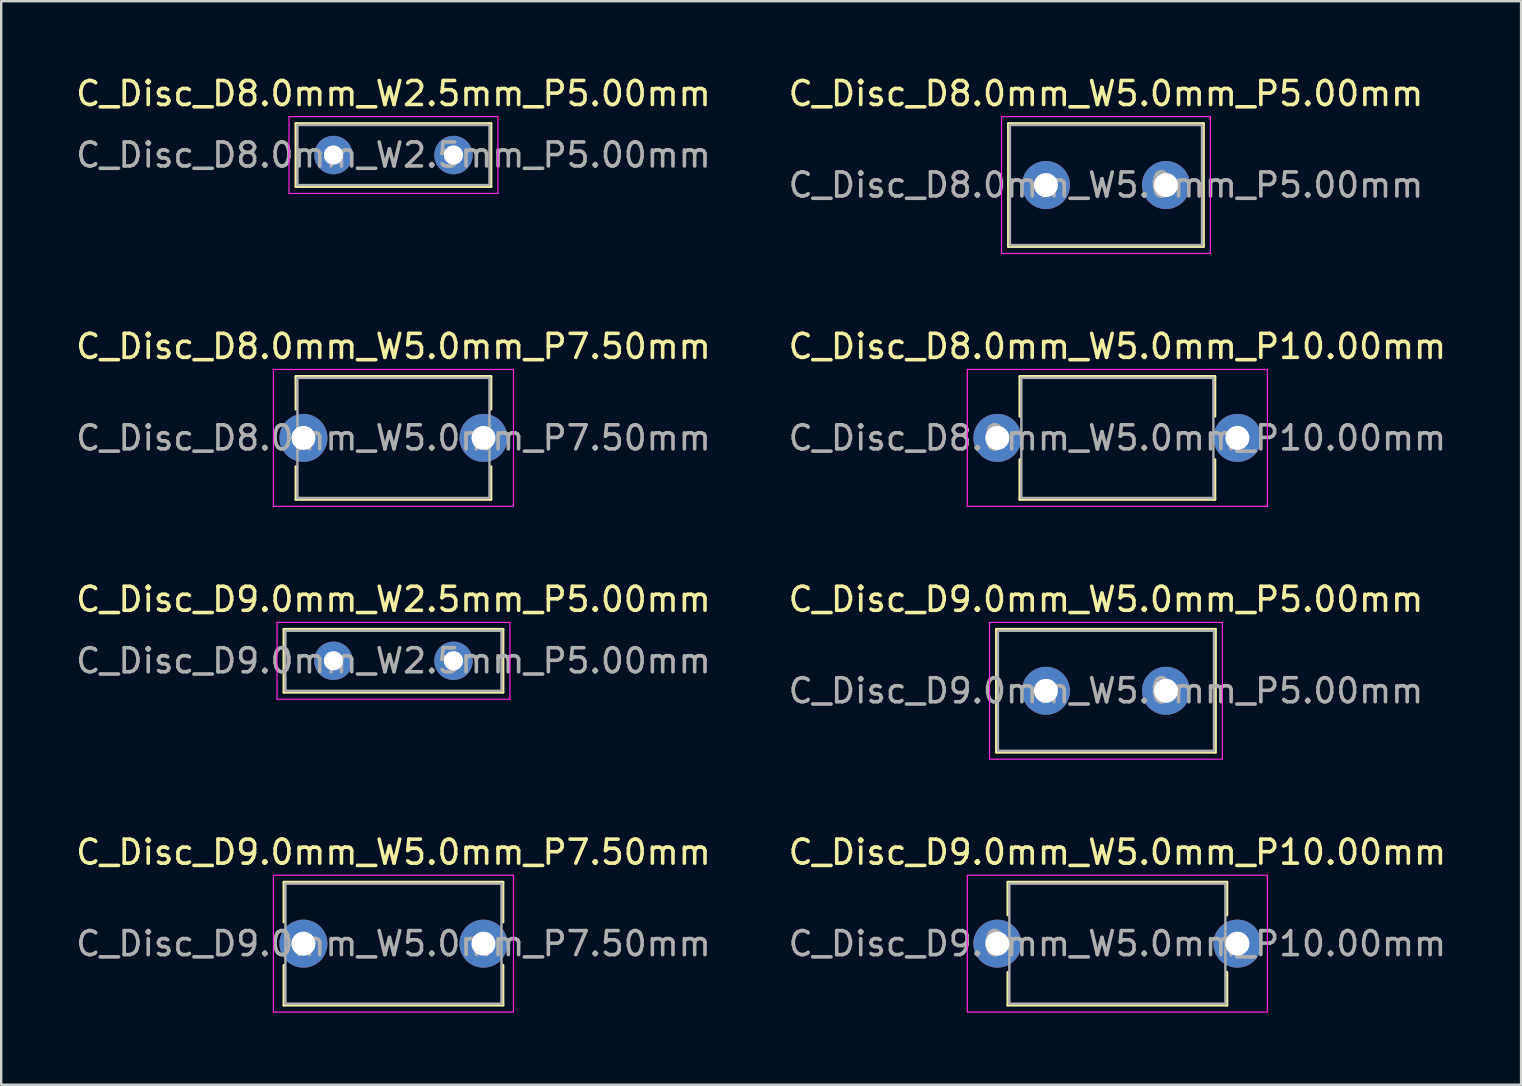
<source format=kicad_pcb>
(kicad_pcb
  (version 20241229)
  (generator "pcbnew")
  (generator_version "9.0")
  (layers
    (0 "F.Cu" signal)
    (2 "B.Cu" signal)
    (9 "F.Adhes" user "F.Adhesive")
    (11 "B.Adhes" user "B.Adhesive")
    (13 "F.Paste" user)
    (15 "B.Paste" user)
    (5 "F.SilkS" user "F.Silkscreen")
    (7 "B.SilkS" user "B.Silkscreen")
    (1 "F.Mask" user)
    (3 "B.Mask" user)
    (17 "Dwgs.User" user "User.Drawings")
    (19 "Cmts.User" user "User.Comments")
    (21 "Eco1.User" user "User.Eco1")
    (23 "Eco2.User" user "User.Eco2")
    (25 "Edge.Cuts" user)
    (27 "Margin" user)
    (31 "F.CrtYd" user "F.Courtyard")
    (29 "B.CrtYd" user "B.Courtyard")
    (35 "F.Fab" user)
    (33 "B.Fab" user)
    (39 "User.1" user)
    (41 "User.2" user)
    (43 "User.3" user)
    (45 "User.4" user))
  (footprint "C_Disc_D9.0mm_W5.0mm_P7.50mm"
    (layer "F.Cu")
    (at 9.589 36.258)
    (property "Reference" "C_Disc_D9.0mm_W5.0mm_P7.50mm" (at 3.75 -3.81 0) (layer "F.SilkS") (effects (font (size 1 1) (thickness 0.15))))
    (attr through_hole)
    (fp_line (start -0.81 -2.56) (end -0.81 -0.901) (stroke (width 0.12) (type solid)) (layer "F.SilkS"))
    (fp_line (start -0.81 -2.56) (end 8.31 -2.56) (stroke (width 0.12) (type solid)) (layer "F.SilkS"))
    (fp_line (start -0.81 0.901) (end -0.81 2.56) (stroke (width 0.12) (type solid)) (layer "F.SilkS"))
    (fp_line (start -0.81 2.56) (end 8.31 2.56) (stroke (width 0.12) (type solid)) (layer "F.SilkS"))
    (fp_line (start 8.31 -2.56) (end 8.31 -0.901) (stroke (width 0.12) (type solid)) (layer "F.SilkS"))
    (fp_line (start 8.31 0.901) (end 8.31 2.56) (stroke (width 0.12) (type solid)) (layer "F.SilkS"))
    (fp_line (start -1.25 -2.85) (end -1.25 2.85) (stroke (width 0.05) (type solid)) (layer "F.CrtYd"))
    (fp_line (start -1.25 2.85) (end 8.75 2.85) (stroke (width 0.05) (type solid)) (layer "F.CrtYd"))
    (fp_line (start 8.75 -2.85) (end -1.25 -2.85) (stroke (width 0.05) (type solid)) (layer "F.CrtYd"))
    (fp_line (start 8.75 2.85) (end 8.75 -2.85) (stroke (width 0.05) (type solid)) (layer "F.CrtYd"))
    (fp_line (start -0.75 -2.5) (end -0.75 2.5) (stroke (width 0.1) (type solid)) (layer "F.Fab"))
    (fp_line (start -0.75 2.5) (end 8.25 2.5) (stroke (width 0.1) (type solid)) (layer "F.Fab"))
    (fp_line (start 8.25 -2.5) (end -0.75 -2.5) (stroke (width 0.1) (type solid)) (layer "F.Fab"))
    (fp_line (start 8.25 2.5) (end 8.25 -2.5) (stroke (width 0.1) (type solid)) (layer "F.Fab"))
    (fp_text user "${REFERENCE}" (at 3.75 0 0) (layer "F.Fab") (effects (font (size 1 1) (thickness 0.15))))
    (pad "1" thru_hole circle (at 0 0) (size 2 2) (drill 1) (layers "*.Cu" "*.Mask"))
    (pad "2" thru_hole circle (at 7.5 0) (size 2 2) (drill 1) (layers "*.Cu" "*.Mask")))
  (footprint "C_Disc_D8.0mm_W5.0mm_P5.00mm"
    (layer "F.Cu")
    (at 40.518 4.658)
    (property "Reference" "C_Disc_D8.0mm_W5.0mm_P5.00mm" (at 2.5 -3.81 0) (layer "F.SilkS") (effects (font (size 1 1) (thickness 0.15))))
    (attr through_hole)
    (fp_line (start -1.56 -2.56) (end -1.56 2.56) (stroke (width 0.12) (type solid)) (layer "F.SilkS"))
    (fp_line (start -1.56 -2.56) (end 6.56 -2.56) (stroke (width 0.12) (type solid)) (layer "F.SilkS"))
    (fp_line (start -1.56 2.56) (end 6.56 2.56) (stroke (width 0.12) (type solid)) (layer "F.SilkS"))
    (fp_line (start 6.56 -2.56) (end 6.56 2.56) (stroke (width 0.12) (type solid)) (layer "F.SilkS"))
    (fp_line (start -1.85 -2.85) (end -1.85 2.85) (stroke (width 0.05) (type solid)) (layer "F.CrtYd"))
    (fp_line (start -1.85 2.85) (end 6.85 2.85) (stroke (width 0.05) (type solid)) (layer "F.CrtYd"))
    (fp_line (start 6.85 -2.85) (end -1.85 -2.85) (stroke (width 0.05) (type solid)) (layer "F.CrtYd"))
    (fp_line (start 6.85 2.85) (end 6.85 -2.85) (stroke (width 0.05) (type solid)) (layer "F.CrtYd"))
    (fp_line (start -1.5 -2.5) (end -1.5 2.5) (stroke (width 0.1) (type solid)) (layer "F.Fab"))
    (fp_line (start -1.5 2.5) (end 6.5 2.5) (stroke (width 0.1) (type solid)) (layer "F.Fab"))
    (fp_line (start 6.5 -2.5) (end -1.5 -2.5) (stroke (width 0.1) (type solid)) (layer "F.Fab"))
    (fp_line (start 6.5 2.5) (end 6.5 -2.5) (stroke (width 0.1) (type solid)) (layer "F.Fab"))
    (fp_text user "${REFERENCE}" (at 2.5 0 0) (layer "F.Fab") (effects (font (size 1 1) (thickness 0.15))))
    (pad "1" thru_hole circle (at 0 0) (size 2 2) (drill 1) (layers "*.Cu" "*.Mask"))
    (pad "2" thru_hole circle (at 5 0) (size 2 2) (drill 1) (layers "*.Cu" "*.Mask")))
  (footprint "C_Disc_D8.0mm_W5.0mm_P10.00mm"
    (layer "F.Cu")
    (at 38.494 15.191)
    (property "Reference" "C_Disc_D8.0mm_W5.0mm_P10.00mm" (at 5 -3.81 0) (layer "F.SilkS") (effects (font (size 1 1) (thickness 0.15))))
    (attr through_hole)
    (fp_line (start 0.94 -2.56) (end 0.94 -0.901) (stroke (width 0.12) (type solid)) (layer "F.SilkS"))
    (fp_line (start 0.94 -2.56) (end 9.06 -2.56) (stroke (width 0.12) (type solid)) (layer "F.SilkS"))
    (fp_line (start 0.94 0.901) (end 0.94 2.56) (stroke (width 0.12) (type solid)) (layer "F.SilkS"))
    (fp_line (start 0.94 2.56) (end 9.06 2.56) (stroke (width 0.12) (type solid)) (layer "F.SilkS"))
    (fp_line (start 9.06 -2.56) (end 9.06 -0.901) (stroke (width 0.12) (type solid)) (layer "F.SilkS"))
    (fp_line (start 9.06 0.901) (end 9.06 2.56) (stroke (width 0.12) (type solid)) (layer "F.SilkS"))
    (fp_line (start -1.25 -2.85) (end -1.25 2.85) (stroke (width 0.05) (type solid)) (layer "F.CrtYd"))
    (fp_line (start -1.25 2.85) (end 11.25 2.85) (stroke (width 0.05) (type solid)) (layer "F.CrtYd"))
    (fp_line (start 11.25 -2.85) (end -1.25 -2.85) (stroke (width 0.05) (type solid)) (layer "F.CrtYd"))
    (fp_line (start 11.25 2.85) (end 11.25 -2.85) (stroke (width 0.05) (type solid)) (layer "F.CrtYd"))
    (fp_line (start 1 -2.5) (end 1 2.5) (stroke (width 0.1) (type solid)) (layer "F.Fab"))
    (fp_line (start 1 2.5) (end 9 2.5) (stroke (width 0.1) (type solid)) (layer "F.Fab"))
    (fp_line (start 9 -2.5) (end 1 -2.5) (stroke (width 0.1) (type solid)) (layer "F.Fab"))
    (fp_line (start 9 2.5) (end 9 -2.5) (stroke (width 0.1) (type solid)) (layer "F.Fab"))
    (fp_text user "${REFERENCE}" (at 5 0 0) (layer "F.Fab") (effects (font (size 1 1) (thickness 0.15))))
    (pad "1" thru_hole circle (at 0 0) (size 2 2) (drill 1) (layers "*.Cu" "*.Mask"))
    (pad "2" thru_hole circle (at 10 0) (size 2 2) (drill 1) (layers "*.Cu" "*.Mask")))
  (footprint "C_Disc_D8.0mm_W5.0mm_P7.50mm"
    (layer "F.Cu")
    (at 9.589 15.191)
    (property "Reference" "C_Disc_D8.0mm_W5.0mm_P7.50mm" (at 3.75 -3.81 0) (layer "F.SilkS") (effects (font (size 1 1) (thickness 0.15))))
    (attr through_hole)
    (fp_line (start -0.31 -2.56) (end -0.31 -1.195) (stroke (width 0.12) (type solid)) (layer "F.SilkS"))
    (fp_line (start -0.31 -2.56) (end 7.81 -2.56) (stroke (width 0.12) (type solid)) (layer "F.SilkS"))
    (fp_line (start -0.31 1.195) (end -0.31 2.56) (stroke (width 0.12) (type solid)) (layer "F.SilkS"))
    (fp_line (start -0.31 2.56) (end 7.81 2.56) (stroke (width 0.12) (type solid)) (layer "F.SilkS"))
    (fp_line (start 7.81 -2.56) (end 7.81 -1.195) (stroke (width 0.12) (type solid)) (layer "F.SilkS"))
    (fp_line (start 7.81 1.195) (end 7.81 2.56) (stroke (width 0.12) (type solid)) (layer "F.SilkS"))
    (fp_line (start -1.25 -2.85) (end -1.25 2.85) (stroke (width 0.05) (type solid)) (layer "F.CrtYd"))
    (fp_line (start -1.25 2.85) (end 8.75 2.85) (stroke (width 0.05) (type solid)) (layer "F.CrtYd"))
    (fp_line (start 8.75 -2.85) (end -1.25 -2.85) (stroke (width 0.05) (type solid)) (layer "F.CrtYd"))
    (fp_line (start 8.75 2.85) (end 8.75 -2.85) (stroke (width 0.05) (type solid)) (layer "F.CrtYd"))
    (fp_line (start -0.25 -2.5) (end -0.25 2.5) (stroke (width 0.1) (type solid)) (layer "F.Fab"))
    (fp_line (start -0.25 2.5) (end 7.75 2.5) (stroke (width 0.1) (type solid)) (layer "F.Fab"))
    (fp_line (start 7.75 -2.5) (end -0.25 -2.5) (stroke (width 0.1) (type solid)) (layer "F.Fab"))
    (fp_line (start 7.75 2.5) (end 7.75 -2.5) (stroke (width 0.1) (type solid)) (layer "F.Fab"))
    (fp_text user "${REFERENCE}" (at 3.75 0 0) (layer "F.Fab") (effects (font (size 1 1) (thickness 0.15))))
    (pad "1" thru_hole circle (at 0 0) (size 2 2) (drill 1) (layers "*.Cu" "*.Mask"))
    (pad "2" thru_hole circle (at 7.5 0) (size 2 2) (drill 1) (layers "*.Cu" "*.Mask")))
  (footprint "C_Disc_D8.0mm_W2.5mm_P5.00mm"
    (layer "F.Cu")
    (at 10.839 3.408)
    (property "Reference" "C_Disc_D8.0mm_W2.5mm_P5.00mm" (at 2.5 -2.56 0) (layer "F.SilkS") (effects (font (size 1 1) (thickness 0.15))))
    (attr through_hole)
    (fp_line (start -1.56 -1.31) (end -1.56 1.31) (stroke (width 0.12) (type solid)) (layer "F.SilkS"))
    (fp_line (start -1.56 -1.31) (end 6.56 -1.31) (stroke (width 0.12) (type solid)) (layer "F.SilkS"))
    (fp_line (start -1.56 1.31) (end 6.56 1.31) (stroke (width 0.12) (type solid)) (layer "F.SilkS"))
    (fp_line (start 6.56 -1.31) (end 6.56 1.31) (stroke (width 0.12) (type solid)) (layer "F.SilkS"))
    (fp_line (start -1.85 -1.6) (end -1.85 1.6) (stroke (width 0.05) (type solid)) (layer "F.CrtYd"))
    (fp_line (start -1.85 1.6) (end 6.85 1.6) (stroke (width 0.05) (type solid)) (layer "F.CrtYd"))
    (fp_line (start 6.85 -1.6) (end -1.85 -1.6) (stroke (width 0.05) (type solid)) (layer "F.CrtYd"))
    (fp_line (start 6.85 1.6) (end 6.85 -1.6) (stroke (width 0.05) (type solid)) (layer "F.CrtYd"))
    (fp_line (start -1.5 -1.25) (end -1.5 1.25) (stroke (width 0.1) (type solid)) (layer "F.Fab"))
    (fp_line (start -1.5 1.25) (end 6.5 1.25) (stroke (width 0.1) (type solid)) (layer "F.Fab"))
    (fp_line (start 6.5 -1.25) (end -1.5 -1.25) (stroke (width 0.1) (type solid)) (layer "F.Fab"))
    (fp_line (start 6.5 1.25) (end 6.5 -1.25) (stroke (width 0.1) (type solid)) (layer "F.Fab"))
    (fp_text user "${REFERENCE}" (at 2.5 0 0) (layer "F.Fab") (effects (font (size 1 1) (thickness 0.15))))
    (pad "1" thru_hole circle (at 0 0) (size 1.6 1.6) (drill 0.8) (layers "*.Cu" "*.Mask"))
    (pad "2" thru_hole circle (at 5 0) (size 1.6 1.6) (drill 0.8) (layers "*.Cu" "*.Mask")))
  (footprint "C_Disc_D9.0mm_W5.0mm_P10.00mm"
    (layer "F.Cu")
    (at 38.494 36.258)
    (property "Reference" "C_Disc_D9.0mm_W5.0mm_P10.00mm" (at 5 -3.81 0) (layer "F.SilkS") (effects (font (size 1 1) (thickness 0.15))))
    (attr through_hole)
    (fp_line (start 0.44 -2.56) (end 0.44 -1.195) (stroke (width 0.12) (type solid)) (layer "F.SilkS"))
    (fp_line (start 0.44 -2.56) (end 9.56 -2.56) (stroke (width 0.12) (type solid)) (layer "F.SilkS"))
    (fp_line (start 0.44 1.195) (end 0.44 2.56) (stroke (width 0.12) (type solid)) (layer "F.SilkS"))
    (fp_line (start 0.44 2.56) (end 9.56 2.56) (stroke (width 0.12) (type solid)) (layer "F.SilkS"))
    (fp_line (start 9.56 -2.56) (end 9.56 -1.195) (stroke (width 0.12) (type solid)) (layer "F.SilkS"))
    (fp_line (start 9.56 1.195) (end 9.56 2.56) (stroke (width 0.12) (type solid)) (layer "F.SilkS"))
    (fp_line (start -1.25 -2.85) (end -1.25 2.85) (stroke (width 0.05) (type solid)) (layer "F.CrtYd"))
    (fp_line (start -1.25 2.85) (end 11.25 2.85) (stroke (width 0.05) (type solid)) (layer "F.CrtYd"))
    (fp_line (start 11.25 -2.85) (end -1.25 -2.85) (stroke (width 0.05) (type solid)) (layer "F.CrtYd"))
    (fp_line (start 11.25 2.85) (end 11.25 -2.85) (stroke (width 0.05) (type solid)) (layer "F.CrtYd"))
    (fp_line (start 0.5 -2.5) (end 0.5 2.5) (stroke (width 0.1) (type solid)) (layer "F.Fab"))
    (fp_line (start 0.5 2.5) (end 9.5 2.5) (stroke (width 0.1) (type solid)) (layer "F.Fab"))
    (fp_line (start 9.5 -2.5) (end 0.5 -2.5) (stroke (width 0.1) (type solid)) (layer "F.Fab"))
    (fp_line (start 9.5 2.5) (end 9.5 -2.5) (stroke (width 0.1) (type solid)) (layer "F.Fab"))
    (fp_text user "${REFERENCE}" (at 5 0 0) (layer "F.Fab") (effects (font (size 1 1) (thickness 0.15))))
    (pad "1" thru_hole circle (at 0 0) (size 2 2) (drill 1) (layers "*.Cu" "*.Mask"))
    (pad "2" thru_hole circle (at 10 0) (size 2 2) (drill 1) (layers "*.Cu" "*.Mask")))
  (footprint "C_Disc_D9.0mm_W2.5mm_P5.00mm"
    (layer "F.Cu")
    (at 10.839 24.475)
    (property "Reference" "C_Disc_D9.0mm_W2.5mm_P5.00mm" (at 2.5 -2.56 0) (layer "F.SilkS") (effects (font (size 1 1) (thickness 0.15))))
    (attr through_hole)
    (fp_line (start -2.06 -1.31) (end -2.06 1.31) (stroke (width 0.12) (type solid)) (layer "F.SilkS"))
    (fp_line (start -2.06 -1.31) (end 7.06 -1.31) (stroke (width 0.12) (type solid)) (layer "F.SilkS"))
    (fp_line (start -2.06 1.31) (end 7.06 1.31) (stroke (width 0.12) (type solid)) (layer "F.SilkS"))
    (fp_line (start 7.06 -1.31) (end 7.06 1.31) (stroke (width 0.12) (type solid)) (layer "F.SilkS"))
    (fp_line (start -2.35 -1.6) (end -2.35 1.6) (stroke (width 0.05) (type solid)) (layer "F.CrtYd"))
    (fp_line (start -2.35 1.6) (end 7.35 1.6) (stroke (width 0.05) (type solid)) (layer "F.CrtYd"))
    (fp_line (start 7.35 -1.6) (end -2.35 -1.6) (stroke (width 0.05) (type solid)) (layer "F.CrtYd"))
    (fp_line (start 7.35 1.6) (end 7.35 -1.6) (stroke (width 0.05) (type solid)) (layer "F.CrtYd"))
    (fp_line (start -2 -1.25) (end -2 1.25) (stroke (width 0.1) (type solid)) (layer "F.Fab"))
    (fp_line (start -2 1.25) (end 7 1.25) (stroke (width 0.1) (type solid)) (layer "F.Fab"))
    (fp_line (start 7 -1.25) (end -2 -1.25) (stroke (width 0.1) (type solid)) (layer "F.Fab"))
    (fp_line (start 7 1.25) (end 7 -1.25) (stroke (width 0.1) (type solid)) (layer "F.Fab"))
    (fp_text user "${REFERENCE}" (at 2.5 0 0) (layer "F.Fab") (effects (font (size 1 1) (thickness 0.15))))
    (pad "1" thru_hole circle (at 0 0) (size 1.6 1.6) (drill 0.8) (layers "*.Cu" "*.Mask"))
    (pad "2" thru_hole circle (at 5 0) (size 1.6 1.6) (drill 0.8) (layers "*.Cu" "*.Mask")))
  (footprint "C_Disc_D9.0mm_W5.0mm_P5.00mm"
    (layer "F.Cu")
    (at 40.518 25.725)
    (property "Reference" "C_Disc_D9.0mm_W5.0mm_P5.00mm" (at 2.5 -3.81 0) (layer "F.SilkS") (effects (font (size 1 1) (thickness 0.15))))
    (attr through_hole)
    (fp_line (start -2.06 -2.56) (end -2.06 2.56) (stroke (width 0.12) (type solid)) (layer "F.SilkS"))
    (fp_line (start -2.06 -2.56) (end 7.06 -2.56) (stroke (width 0.12) (type solid)) (layer "F.SilkS"))
    (fp_line (start -2.06 2.56) (end 7.06 2.56) (stroke (width 0.12) (type solid)) (layer "F.SilkS"))
    (fp_line (start 7.06 -2.56) (end 7.06 2.56) (stroke (width 0.12) (type solid)) (layer "F.SilkS"))
    (fp_line (start -2.35 -2.85) (end -2.35 2.85) (stroke (width 0.05) (type solid)) (layer "F.CrtYd"))
    (fp_line (start -2.35 2.85) (end 7.35 2.85) (stroke (width 0.05) (type solid)) (layer "F.CrtYd"))
    (fp_line (start 7.35 -2.85) (end -2.35 -2.85) (stroke (width 0.05) (type solid)) (layer "F.CrtYd"))
    (fp_line (start 7.35 2.85) (end 7.35 -2.85) (stroke (width 0.05) (type solid)) (layer "F.CrtYd"))
    (fp_line (start -2 -2.5) (end -2 2.5) (stroke (width 0.1) (type solid)) (layer "F.Fab"))
    (fp_line (start -2 2.5) (end 7 2.5) (stroke (width 0.1) (type solid)) (layer "F.Fab"))
    (fp_line (start 7 -2.5) (end -2 -2.5) (stroke (width 0.1) (type solid)) (layer "F.Fab"))
    (fp_line (start 7 2.5) (end 7 -2.5) (stroke (width 0.1) (type solid)) (layer "F.Fab"))
    (fp_text user "${REFERENCE}" (at 2.5 0 0) (layer "F.Fab") (effects (font (size 1 1) (thickness 0.15))))
    (pad "1" thru_hole circle (at 0 0) (size 2 2) (drill 1) (layers "*.Cu" "*.Mask"))
    (pad "2" thru_hole circle (at 5 0) (size 2 2) (drill 1) (layers "*.Cu" "*.Mask")))
  (gr_rect
    (start -3 -3)
    (end 60.31 42.133)
    (stroke (width 0.1) (type default))
    (fill no)
    (layer "Edge.Cuts")))
</source>
